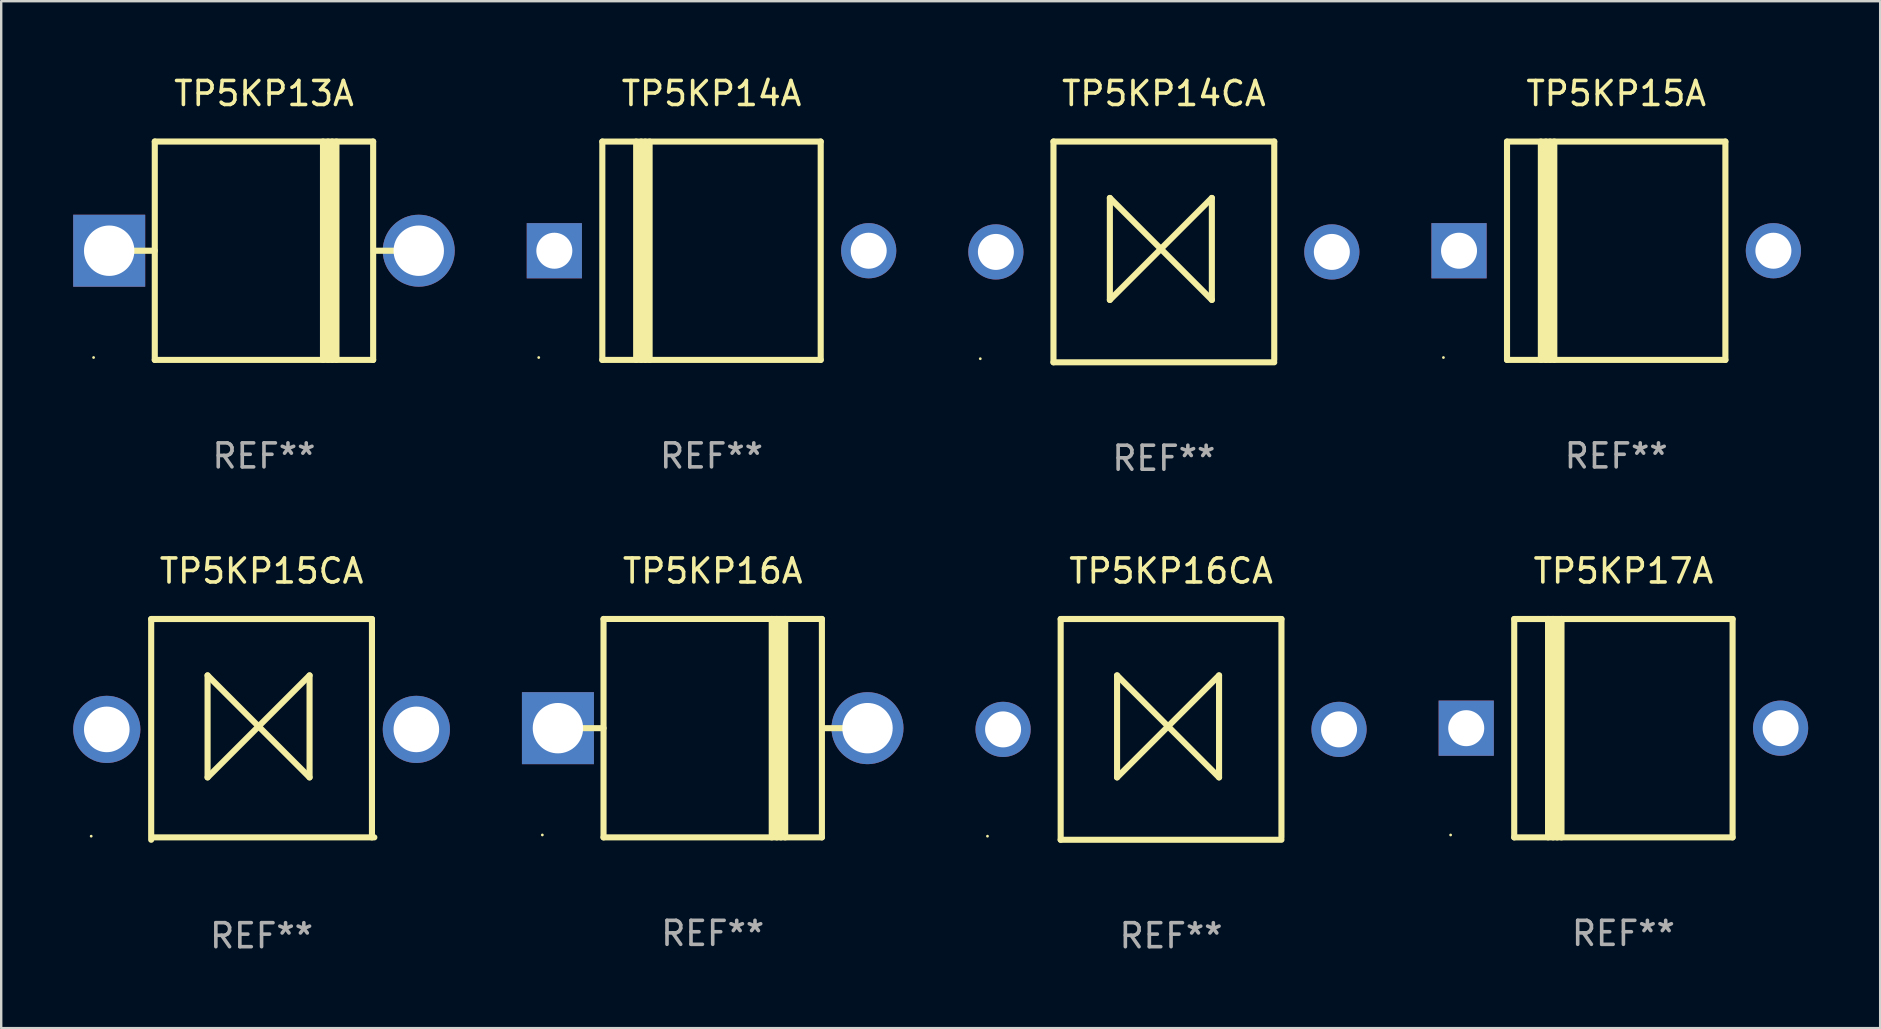
<source format=kicad_pcb>
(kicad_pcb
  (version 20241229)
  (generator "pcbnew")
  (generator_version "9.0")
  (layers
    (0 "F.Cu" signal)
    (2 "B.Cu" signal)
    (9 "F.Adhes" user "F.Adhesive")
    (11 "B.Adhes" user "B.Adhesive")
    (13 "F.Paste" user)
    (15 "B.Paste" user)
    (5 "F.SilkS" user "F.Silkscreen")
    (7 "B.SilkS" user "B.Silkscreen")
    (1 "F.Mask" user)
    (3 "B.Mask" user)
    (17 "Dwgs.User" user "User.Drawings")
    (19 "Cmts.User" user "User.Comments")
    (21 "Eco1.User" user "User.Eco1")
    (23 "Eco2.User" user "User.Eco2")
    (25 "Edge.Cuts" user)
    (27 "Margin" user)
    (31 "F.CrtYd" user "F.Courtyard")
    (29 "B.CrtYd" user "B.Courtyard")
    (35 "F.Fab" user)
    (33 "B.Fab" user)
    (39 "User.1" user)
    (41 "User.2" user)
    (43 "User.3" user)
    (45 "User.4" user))
  (footprint "TP5KP15CA"
    (layer "F.Cu")
    (at 7.85 27.345)
    (property "Reference" "TP5KP15CA" (at 0 -6.6 0) (layer "F.SilkS") (effects (font (size 1 1) (thickness 0.15))))
    (attr through_hole)
    (fp_line (start -4.6 -4.6) (end -4.6 4.6) (stroke (width 0.254) (type solid)) (layer "F.SilkS"))
    (fp_line (start -4.6 -4.6) (end 4.6 -4.6) (stroke (width 0.254) (type solid)) (layer "F.SilkS"))
    (fp_line (start -4.5 4.5) (end 4.7 4.5) (stroke (width 0.254) (type solid)) (layer "F.SilkS"))
    (fp_line (start -2.25 -2.25) (end -2.25 2) (stroke (width 0.254) (type solid)) (layer "F.SilkS"))
    (fp_line (start -2.25 2) (end 2 -2.25) (stroke (width 0.254) (type solid)) (layer "F.SilkS"))
    (fp_line (start 2 -2.25) (end 2 2) (stroke (width 0.254) (type solid)) (layer "F.SilkS"))
    (fp_line (start 2 2) (end -2.25 -2.25) (stroke (width 0.254) (type solid)) (layer "F.SilkS"))
    (fp_line (start 4.6 -4.6) (end 4.6 4.5) (stroke (width 0.254) (type solid)) (layer "F.SilkS"))
    (fp_circle (center -7.1 4.45) (end -7.07 4.45) (stroke (width 0.06) (type solid)) (fill no) (layer "F.SilkS"))
    (fp_text user "REF**" (at 0 8.6 0) (layer "F.Fab") (effects (font (size 1 1) (thickness 0.15))))
    (pad "1" thru_hole circle (at -6.45 0) (size 2.8 2.8) (drill 1.9) (layers "*.Cu" "*.Mask"))
    (pad "2" thru_hole circle (at 6.45 0) (size 2.8 2.8) (drill 1.9) (layers "*.Cu" "*.Mask")))
  (footprint "TP5KP13A"
    (layer "F.Cu")
    (at 7.95 7.399)
    (property "Reference" "TP5KP13A" (at 0 -6.551 0) (layer "F.SilkS") (effects (font (size 1 1) (thickness 0.15))))
    (attr through_hole)
    (fp_line (start -5.6 -0.001) (end -4.55 -0.001) (stroke (width 0.254) (type solid)) (layer "F.SilkS"))
    (fp_line (start -4.55 -4.551) (end -4.55 4.55) (stroke (width 0.254) (type solid)) (layer "F.SilkS"))
    (fp_line (start -4.55 -4.551) (end 4.55 -4.551) (stroke (width 0.254) (type solid)) (layer "F.SilkS"))
    (fp_line (start 2.46 4.55) (end 2.46 -4.551) (stroke (width 0.254) (type solid)) (layer "F.SilkS"))
    (fp_line (start 2.67 4.55) (end 2.67 -4.551) (stroke (width 0.254) (type solid)) (layer "F.SilkS"))
    (fp_line (start 2.841 4.551) (end 2.841 -4.55) (stroke (width 0.254) (type solid)) (layer "F.SilkS"))
    (fp_line (start 3.02 4.55) (end 3.02 -4.551) (stroke (width 0.254) (type solid)) (layer "F.SilkS"))
    (fp_line (start 4.55 4.55) (end 4.55 -4.551) (stroke (width 0.254) (type solid)) (layer "F.SilkS"))
    (fp_line (start 4.55 4.549) (end -4.55 4.549) (stroke (width 0.254) (type solid)) (layer "F.SilkS"))
    (fp_line (start 4.58 -0.001) (end 5.6 -0.001) (stroke (width 0.254) (type solid)) (layer "F.SilkS"))
    (fp_circle (center -7.1 4.449) (end -7.07 4.449) (stroke (width 0.06) (type solid)) (fill no) (layer "F.SilkS"))
    (fp_text user "REF**" (at 0 8.551 0) (layer "F.Fab") (effects (font (size 1 1) (thickness 0.15))))
    (pad "1" thru_hole rect (at -6.45 -0.001 180) (size 3 3) (drill 2.1) (layers "*.Cu" "*.Mask"))
    (pad "2" thru_hole circle (at 6.45 -0.001) (size 3 3) (drill 2.1) (layers "*.Cu" "*.Mask")))
  (footprint "TP5KP14CA"
    (layer "F.Cu")
    (at 45.45 7.448)
    (property "Reference" "TP5KP14CA" (at 0 -6.6 0) (layer "F.SilkS") (effects (font (size 1 1) (thickness 0.15))))
    (attr through_hole)
    (fp_line (start -4.6 -4.6) (end -4.6 4.6) (stroke (width 0.254) (type solid)) (layer "F.SilkS"))
    (fp_line (start -4.6 -4.6) (end 4.6 -4.6) (stroke (width 0.254) (type solid)) (layer "F.SilkS"))
    (fp_line (start -4.6 4.6) (end 4.6 4.6) (stroke (width 0.254) (type solid)) (layer "F.SilkS"))
    (fp_line (start -2.25 -2.25) (end -2.25 2) (stroke (width 0.254) (type solid)) (layer "F.SilkS"))
    (fp_line (start -2.25 2) (end 2 -2.25) (stroke (width 0.254) (type solid)) (layer "F.SilkS"))
    (fp_line (start 2 -2.25) (end 2 2) (stroke (width 0.254) (type solid)) (layer "F.SilkS"))
    (fp_line (start 2 2) (end -2.25 -2.25) (stroke (width 0.254) (type solid)) (layer "F.SilkS"))
    (fp_line (start 4.6 -4.6) (end 4.6 4.5) (stroke (width 0.254) (type solid)) (layer "F.SilkS"))
    (fp_circle (center -7.65 4.45) (end -7.62 4.45) (stroke (width 0.06) (type solid)) (fill no) (layer "F.SilkS"))
    (fp_text user "REF**" (at 0 8.6 0) (layer "F.Fab") (effects (font (size 1 1) (thickness 0.15))))
    (pad "1" thru_hole circle (at -7 0) (size 2.3 2.3) (drill 1.5) (layers "*.Cu" "*.Mask"))
    (pad "2" thru_hole circle (at 7 0) (size 2.3 2.3) (drill 1.5) (layers "*.Cu" "*.Mask")))
  (footprint "TP5KP15A"
    (layer "F.Cu")
    (at 64.3 7.399)
    (property "Reference" "TP5KP15A" (at 0 -6.551 0) (layer "F.SilkS") (effects (font (size 1 1) (thickness 0.15))))
    (attr through_hole)
    (fp_line (start -4.55 -4.55) (end -4.55 4.55) (stroke (width 0.254) (type solid)) (layer "F.SilkS"))
    (fp_line (start -4.55 -4.55) (end 4.55 -4.55) (stroke (width 0.254) (type solid)) (layer "F.SilkS"))
    (fp_line (start -3.14 4.55) (end -3.14 -4.551) (stroke (width 0.254) (type solid)) (layer "F.SilkS"))
    (fp_line (start -2.93 4.55) (end -2.93 -4.551) (stroke (width 0.254) (type solid)) (layer "F.SilkS"))
    (fp_line (start -2.759 4.551) (end -2.759 -4.55) (stroke (width 0.254) (type solid)) (layer "F.SilkS"))
    (fp_line (start -2.58 4.55) (end -2.58 -4.551) (stroke (width 0.254) (type solid)) (layer "F.SilkS"))
    (fp_line (start 4.55 4.55) (end 4.55 -4.55) (stroke (width 0.254) (type solid)) (layer "F.SilkS"))
    (fp_line (start 4.55 4.549) (end -4.55 4.549) (stroke (width 0.254) (type solid)) (layer "F.SilkS"))
    (fp_circle (center -7.2 4.45) (end -7.17 4.45) (stroke (width 0.06) (type solid)) (fill no) (layer "F.SilkS"))
    (fp_text user "REF**" (at 0 8.551 0) (layer "F.Fab") (effects (font (size 1 1) (thickness 0.15))))
    (pad "1" thru_hole rect (at -6.55 -0.000483 180) (size 2.3 2.3) (drill 1.5) (layers "*.Cu" "*.Mask"))
    (pad "2" thru_hole circle (at 6.55 -0.000483) (size 2.3 2.3) (drill 1.5) (layers "*.Cu" "*.Mask")))
  (footprint "TP5KP16A"
    (layer "F.Cu")
    (at 26.65 27.295)
    (property "Reference" "TP5KP16A" (at 0 -6.551 0) (layer "F.SilkS") (effects (font (size 1 1) (thickness 0.15))))
    (attr through_hole)
    (fp_line (start -5.6 -0.001) (end -4.55 -0.001) (stroke (width 0.254) (type solid)) (layer "F.SilkS"))
    (fp_line (start -4.55 -4.551) (end -4.55 4.55) (stroke (width 0.254) (type solid)) (layer "F.SilkS"))
    (fp_line (start -4.55 -4.551) (end 4.55 -4.551) (stroke (width 0.254) (type solid)) (layer "F.SilkS"))
    (fp_line (start 2.46 4.55) (end 2.46 -4.551) (stroke (width 0.254) (type solid)) (layer "F.SilkS"))
    (fp_line (start 2.67 4.55) (end 2.67 -4.551) (stroke (width 0.254) (type solid)) (layer "F.SilkS"))
    (fp_line (start 2.841 4.551) (end 2.841 -4.55) (stroke (width 0.254) (type solid)) (layer "F.SilkS"))
    (fp_line (start 3.02 4.55) (end 3.02 -4.551) (stroke (width 0.254) (type solid)) (layer "F.SilkS"))
    (fp_line (start 4.55 4.55) (end 4.55 -4.551) (stroke (width 0.254) (type solid)) (layer "F.SilkS"))
    (fp_line (start 4.55 4.549) (end -4.55 4.549) (stroke (width 0.254) (type solid)) (layer "F.SilkS"))
    (fp_line (start 4.58 -0.001) (end 5.6 -0.001) (stroke (width 0.254) (type solid)) (layer "F.SilkS"))
    (fp_circle (center -7.1 4.449) (end -7.07 4.449) (stroke (width 0.06) (type solid)) (fill no) (layer "F.SilkS"))
    (fp_text user "REF**" (at 0 8.551 0) (layer "F.Fab") (effects (font (size 1 1) (thickness 0.15))))
    (pad "1" thru_hole rect (at -6.45 -0.001 180) (size 3 3) (drill 2.1) (layers "*.Cu" "*.Mask"))
    (pad "2" thru_hole circle (at 6.45 -0.001) (size 3 3) (drill 2.1) (layers "*.Cu" "*.Mask")))
  (footprint "TP5KP16CA"
    (layer "F.Cu")
    (at 45.75 27.345)
    (property "Reference" "TP5KP16CA" (at 0 -6.6 0) (layer "F.SilkS") (effects (font (size 1 1) (thickness 0.15))))
    (attr through_hole)
    (fp_line (start -4.6 -4.6) (end -4.6 4.6) (stroke (width 0.254) (type solid)) (layer "F.SilkS"))
    (fp_line (start -4.6 -4.6) (end 4.6 -4.6) (stroke (width 0.254) (type solid)) (layer "F.SilkS"))
    (fp_line (start -4.6 4.6) (end 4.6 4.6) (stroke (width 0.254) (type solid)) (layer "F.SilkS"))
    (fp_line (start -2.25 -2.25) (end -2.25 2) (stroke (width 0.254) (type solid)) (layer "F.SilkS"))
    (fp_line (start -2.25 2) (end 2 -2.25) (stroke (width 0.254) (type solid)) (layer "F.SilkS"))
    (fp_line (start 2 -2.25) (end 2 2) (stroke (width 0.254) (type solid)) (layer "F.SilkS"))
    (fp_line (start 2 2) (end -2.25 -2.25) (stroke (width 0.254) (type solid)) (layer "F.SilkS"))
    (fp_line (start 4.6 -4.6) (end 4.6 4.5) (stroke (width 0.254) (type solid)) (layer "F.SilkS"))
    (fp_circle (center -7.65 4.45) (end -7.62 4.45) (stroke (width 0.06) (type solid)) (fill no) (layer "F.SilkS"))
    (fp_text user "REF**" (at 0 8.6 0) (layer "F.Fab") (effects (font (size 1 1) (thickness 0.15))))
    (pad "1" thru_hole circle (at -7 0) (size 2.3 2.3) (drill 1.5) (layers "*.Cu" "*.Mask"))
    (pad "2" thru_hole circle (at 7 0) (size 2.3 2.3) (drill 1.5) (layers "*.Cu" "*.Mask")))
  (footprint "TP5KP14A"
    (layer "F.Cu")
    (at 26.6 7.399)
    (property "Reference" "TP5KP14A" (at 0 -6.551 0) (layer "F.SilkS") (effects (font (size 1 1) (thickness 0.15))))
    (attr through_hole)
    (fp_line (start -4.55 -4.55) (end -4.55 4.55) (stroke (width 0.254) (type solid)) (layer "F.SilkS"))
    (fp_line (start -4.55 -4.55) (end 4.55 -4.55) (stroke (width 0.254) (type solid)) (layer "F.SilkS"))
    (fp_line (start -3.14 4.55) (end -3.14 -4.551) (stroke (width 0.254) (type solid)) (layer "F.SilkS"))
    (fp_line (start -2.93 4.55) (end -2.93 -4.551) (stroke (width 0.254) (type solid)) (layer "F.SilkS"))
    (fp_line (start -2.759 4.551) (end -2.759 -4.55) (stroke (width 0.254) (type solid)) (layer "F.SilkS"))
    (fp_line (start -2.58 4.55) (end -2.58 -4.551) (stroke (width 0.254) (type solid)) (layer "F.SilkS"))
    (fp_line (start 4.55 4.55) (end 4.55 -4.55) (stroke (width 0.254) (type solid)) (layer "F.SilkS"))
    (fp_line (start 4.55 4.549) (end -4.55 4.549) (stroke (width 0.254) (type solid)) (layer "F.SilkS"))
    (fp_circle (center -7.2 4.45) (end -7.17 4.45) (stroke (width 0.06) (type solid)) (fill no) (layer "F.SilkS"))
    (fp_text user "REF**" (at 0 8.551 0) (layer "F.Fab") (effects (font (size 1 1) (thickness 0.15))))
    (pad "1" thru_hole rect (at -6.55 -0.000483 180) (size 2.3 2.3) (drill 1.5) (layers "*.Cu" "*.Mask"))
    (pad "2" thru_hole circle (at 6.55 -0.000483) (size 2.3 2.3) (drill 1.5) (layers "*.Cu" "*.Mask")))
  (footprint "TP5KP17A"
    (layer "F.Cu")
    (at 64.6 27.295)
    (property "Reference" "TP5KP17A" (at 0 -6.551 0) (layer "F.SilkS") (effects (font (size 1 1) (thickness 0.15))))
    (attr through_hole)
    (fp_line (start -4.55 -4.55) (end -4.55 4.55) (stroke (width 0.254) (type solid)) (layer "F.SilkS"))
    (fp_line (start -4.55 -4.55) (end 4.55 -4.55) (stroke (width 0.254) (type solid)) (layer "F.SilkS"))
    (fp_line (start -3.14 4.55) (end -3.14 -4.551) (stroke (width 0.254) (type solid)) (layer "F.SilkS"))
    (fp_line (start -2.93 4.55) (end -2.93 -4.551) (stroke (width 0.254) (type solid)) (layer "F.SilkS"))
    (fp_line (start -2.759 4.551) (end -2.759 -4.55) (stroke (width 0.254) (type solid)) (layer "F.SilkS"))
    (fp_line (start -2.58 4.55) (end -2.58 -4.551) (stroke (width 0.254) (type solid)) (layer "F.SilkS"))
    (fp_line (start 4.55 4.55) (end 4.55 -4.55) (stroke (width 0.254) (type solid)) (layer "F.SilkS"))
    (fp_line (start 4.55 4.549) (end -4.55 4.549) (stroke (width 0.254) (type solid)) (layer "F.SilkS"))
    (fp_circle (center -7.2 4.45) (end -7.17 4.45) (stroke (width 0.06) (type solid)) (fill no) (layer "F.SilkS"))
    (fp_text user "REF**" (at 0 8.551 0) (layer "F.Fab") (effects (font (size 1 1) (thickness 0.15))))
    (pad "1" thru_hole rect (at -6.55 -0.000483 180) (size 2.3 2.3) (drill 1.5) (layers "*.Cu" "*.Mask"))
    (pad "2" thru_hole circle (at 6.55 -0.000483) (size 2.3 2.3) (drill 1.5) (layers "*.Cu" "*.Mask")))
  (gr_rect
    (start -3 -3)
    (end 75.3 39.793)
    (stroke (width 0.1) (type default))
    (fill no)
    (layer "Edge.Cuts")))
</source>
